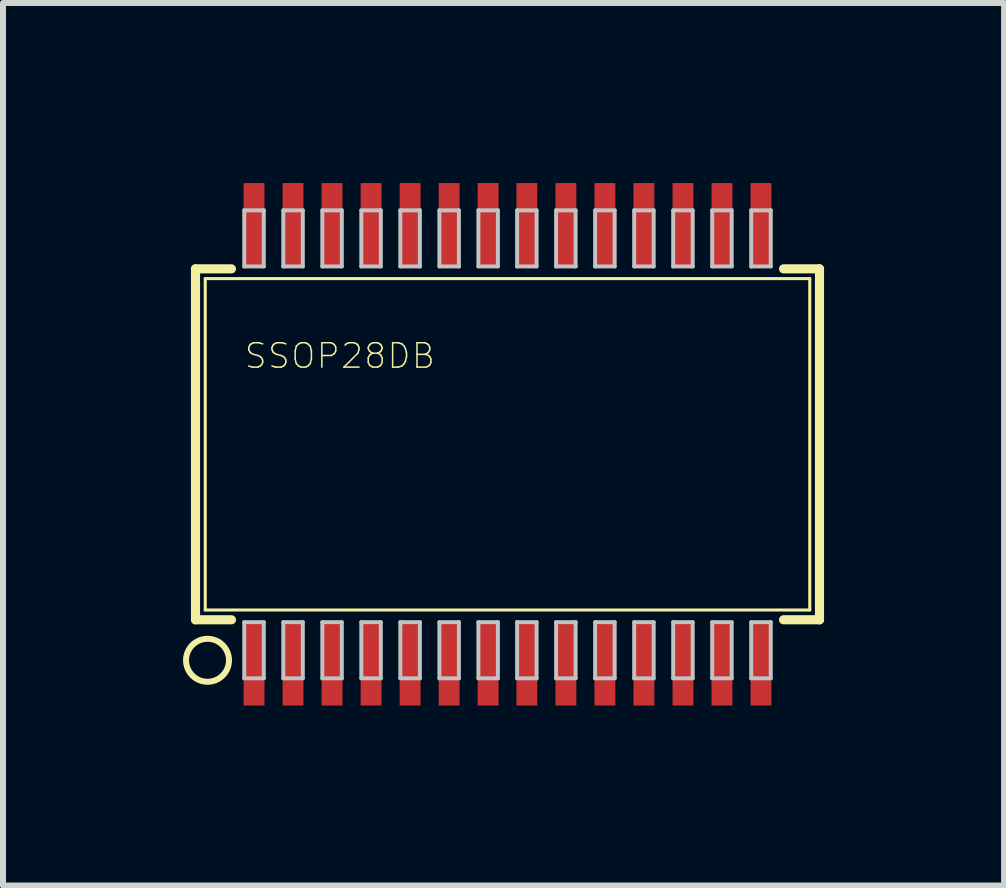
<source format=kicad_pcb>
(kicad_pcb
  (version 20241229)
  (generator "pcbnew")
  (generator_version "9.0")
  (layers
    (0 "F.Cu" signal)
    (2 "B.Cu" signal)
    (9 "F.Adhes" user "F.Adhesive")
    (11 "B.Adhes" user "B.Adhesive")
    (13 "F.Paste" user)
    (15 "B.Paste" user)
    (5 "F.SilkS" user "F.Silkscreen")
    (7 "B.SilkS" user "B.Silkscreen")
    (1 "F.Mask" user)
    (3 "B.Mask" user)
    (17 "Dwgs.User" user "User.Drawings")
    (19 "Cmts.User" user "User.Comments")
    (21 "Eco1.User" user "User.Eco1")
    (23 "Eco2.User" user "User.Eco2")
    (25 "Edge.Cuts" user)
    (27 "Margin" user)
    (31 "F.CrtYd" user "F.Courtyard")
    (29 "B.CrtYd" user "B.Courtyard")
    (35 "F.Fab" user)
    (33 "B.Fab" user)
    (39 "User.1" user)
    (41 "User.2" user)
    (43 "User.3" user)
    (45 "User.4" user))
  (footprint "SSOP28DB"
    (layer "F.Cu")
    (at 5.407 4.354)
    (property "Reference" "SSOP28DB" (at -2.794 -1.473 0) (layer "F.SilkS") (effects (font (size 0.406 0.406) (thickness 0.025))))
    (attr smd)
    (fp_line (start -5.199 -2.924) (end -4.6 -2.924) (stroke (width 0.152) (type solid)) (layer "F.SilkS"))
    (fp_line (start -5.199 2.924) (end -5.199 -2.924) (stroke (width 0.152) (type solid)) (layer "F.SilkS"))
    (fp_line (start -5.199 2.924) (end -4.6 2.924) (stroke (width 0.152) (type solid)) (layer "F.SilkS"))
    (fp_line (start -5.037 -2.761) (end 5.037 -2.761) (stroke (width 0.051) (type solid)) (layer "F.SilkS"))
    (fp_line (start -5.037 2.761) (end -5.037 -2.761) (stroke (width 0.051) (type solid)) (layer "F.SilkS"))
    (fp_line (start 5.037 -2.761) (end 5.037 2.761) (stroke (width 0.051) (type solid)) (layer "F.SilkS"))
    (fp_line (start 5.037 2.761) (end -5.037 2.761) (stroke (width 0.051) (type solid)) (layer "F.SilkS"))
    (fp_line (start 5.199 -2.924) (end 4.6 -2.924) (stroke (width 0.152) (type solid)) (layer "F.SilkS"))
    (fp_line (start 5.199 -2.924) (end 5.199 2.924) (stroke (width 0.152) (type solid)) (layer "F.SilkS"))
    (fp_line (start 5.199 2.924) (end 4.6 2.924) (stroke (width 0.152) (type solid)) (layer "F.SilkS"))
    (fp_circle (center -4.999 3.599) (end -4.999 3.241) (stroke (width 0.1) (type solid)) (fill no) (layer "F.SilkS"))
    (fp_line (start -4.387 -3.899) (end -4.061 -3.899) (stroke (width 0.066) (type solid)) (layer "Dwgs.User"))
    (fp_line (start -4.387 -2.964) (end -4.387 -3.899) (stroke (width 0.066) (type solid)) (layer "Dwgs.User"))
    (fp_line (start -4.387 -2.964) (end -4.061 -2.964) (stroke (width 0.066) (type solid)) (layer "Dwgs.User"))
    (fp_line (start -4.387 2.964) (end -4.061 2.964) (stroke (width 0.066) (type solid)) (layer "Dwgs.User"))
    (fp_line (start -4.387 3.899) (end -4.387 2.964) (stroke (width 0.066) (type solid)) (layer "Dwgs.User"))
    (fp_line (start -4.387 3.899) (end -4.061 3.899) (stroke (width 0.066) (type solid)) (layer "Dwgs.User"))
    (fp_line (start -4.061 -2.964) (end -4.061 -3.899) (stroke (width 0.066) (type solid)) (layer "Dwgs.User"))
    (fp_line (start -4.061 3.899) (end -4.061 2.964) (stroke (width 0.066) (type solid)) (layer "Dwgs.User"))
    (fp_line (start -3.736 -3.899) (end -3.411 -3.899) (stroke (width 0.066) (type solid)) (layer "Dwgs.User"))
    (fp_line (start -3.736 -2.964) (end -3.736 -3.899) (stroke (width 0.066) (type solid)) (layer "Dwgs.User"))
    (fp_line (start -3.736 -2.964) (end -3.411 -2.964) (stroke (width 0.066) (type solid)) (layer "Dwgs.User"))
    (fp_line (start -3.736 2.964) (end -3.411 2.964) (stroke (width 0.066) (type solid)) (layer "Dwgs.User"))
    (fp_line (start -3.736 3.899) (end -3.736 2.964) (stroke (width 0.066) (type solid)) (layer "Dwgs.User"))
    (fp_line (start -3.736 3.899) (end -3.411 3.899) (stroke (width 0.066) (type solid)) (layer "Dwgs.User"))
    (fp_line (start -3.411 -2.964) (end -3.411 -3.899) (stroke (width 0.066) (type solid)) (layer "Dwgs.User"))
    (fp_line (start -3.411 3.899) (end -3.411 2.964) (stroke (width 0.066) (type solid)) (layer "Dwgs.User"))
    (fp_line (start -3.086 -3.899) (end -2.761 -3.899) (stroke (width 0.066) (type solid)) (layer "Dwgs.User"))
    (fp_line (start -3.086 -2.964) (end -3.086 -3.899) (stroke (width 0.066) (type solid)) (layer "Dwgs.User"))
    (fp_line (start -3.086 -2.964) (end -2.761 -2.964) (stroke (width 0.066) (type solid)) (layer "Dwgs.User"))
    (fp_line (start -3.086 2.964) (end -2.761 2.964) (stroke (width 0.066) (type solid)) (layer "Dwgs.User"))
    (fp_line (start -3.086 3.899) (end -3.086 2.964) (stroke (width 0.066) (type solid)) (layer "Dwgs.User"))
    (fp_line (start -3.086 3.899) (end -2.761 3.899) (stroke (width 0.066) (type solid)) (layer "Dwgs.User"))
    (fp_line (start -2.761 -2.964) (end -2.761 -3.899) (stroke (width 0.066) (type solid)) (layer "Dwgs.User"))
    (fp_line (start -2.761 3.899) (end -2.761 2.964) (stroke (width 0.066) (type solid)) (layer "Dwgs.User"))
    (fp_line (start -2.436 -3.899) (end -2.111 -3.899) (stroke (width 0.066) (type solid)) (layer "Dwgs.User"))
    (fp_line (start -2.436 -2.964) (end -2.436 -3.899) (stroke (width 0.066) (type solid)) (layer "Dwgs.User"))
    (fp_line (start -2.436 -2.964) (end -2.111 -2.964) (stroke (width 0.066) (type solid)) (layer "Dwgs.User"))
    (fp_line (start -2.436 2.964) (end -2.111 2.964) (stroke (width 0.066) (type solid)) (layer "Dwgs.User"))
    (fp_line (start -2.436 3.899) (end -2.436 2.964) (stroke (width 0.066) (type solid)) (layer "Dwgs.User"))
    (fp_line (start -2.436 3.899) (end -2.111 3.899) (stroke (width 0.066) (type solid)) (layer "Dwgs.User"))
    (fp_line (start -2.111 -2.964) (end -2.111 -3.899) (stroke (width 0.066) (type solid)) (layer "Dwgs.User"))
    (fp_line (start -2.111 3.899) (end -2.111 2.964) (stroke (width 0.066) (type solid)) (layer "Dwgs.User"))
    (fp_line (start -1.786 -3.899) (end -1.46 -3.899) (stroke (width 0.066) (type solid)) (layer "Dwgs.User"))
    (fp_line (start -1.786 -2.964) (end -1.786 -3.899) (stroke (width 0.066) (type solid)) (layer "Dwgs.User"))
    (fp_line (start -1.786 -2.964) (end -1.46 -2.964) (stroke (width 0.066) (type solid)) (layer "Dwgs.User"))
    (fp_line (start -1.786 2.964) (end -1.46 2.964) (stroke (width 0.066) (type solid)) (layer "Dwgs.User"))
    (fp_line (start -1.786 3.899) (end -1.786 2.964) (stroke (width 0.066) (type solid)) (layer "Dwgs.User"))
    (fp_line (start -1.786 3.899) (end -1.46 3.899) (stroke (width 0.066) (type solid)) (layer "Dwgs.User"))
    (fp_line (start -1.46 -2.964) (end -1.46 -3.899) (stroke (width 0.066) (type solid)) (layer "Dwgs.User"))
    (fp_line (start -1.46 3.899) (end -1.46 2.964) (stroke (width 0.066) (type solid)) (layer "Dwgs.User"))
    (fp_line (start -1.135 -3.899) (end -0.81 -3.899) (stroke (width 0.066) (type solid)) (layer "Dwgs.User"))
    (fp_line (start -1.135 -2.964) (end -1.135 -3.899) (stroke (width 0.066) (type solid)) (layer "Dwgs.User"))
    (fp_line (start -1.135 -2.964) (end -0.81 -2.964) (stroke (width 0.066) (type solid)) (layer "Dwgs.User"))
    (fp_line (start -1.135 2.964) (end -0.81 2.964) (stroke (width 0.066) (type solid)) (layer "Dwgs.User"))
    (fp_line (start -1.135 3.899) (end -1.135 2.964) (stroke (width 0.066) (type solid)) (layer "Dwgs.User"))
    (fp_line (start -1.135 3.899) (end -0.81 3.899) (stroke (width 0.066) (type solid)) (layer "Dwgs.User"))
    (fp_line (start -0.81 -2.964) (end -0.81 -3.899) (stroke (width 0.066) (type solid)) (layer "Dwgs.User"))
    (fp_line (start -0.81 3.899) (end -0.81 2.964) (stroke (width 0.066) (type solid)) (layer "Dwgs.User"))
    (fp_line (start -0.485 -3.899) (end -0.16 -3.899) (stroke (width 0.066) (type solid)) (layer "Dwgs.User"))
    (fp_line (start -0.485 -2.964) (end -0.485 -3.899) (stroke (width 0.066) (type solid)) (layer "Dwgs.User"))
    (fp_line (start -0.485 -2.964) (end -0.16 -2.964) (stroke (width 0.066) (type solid)) (layer "Dwgs.User"))
    (fp_line (start -0.485 2.964) (end -0.16 2.964) (stroke (width 0.066) (type solid)) (layer "Dwgs.User"))
    (fp_line (start -0.485 3.899) (end -0.485 2.964) (stroke (width 0.066) (type solid)) (layer "Dwgs.User"))
    (fp_line (start -0.485 3.899) (end -0.16 3.899) (stroke (width 0.066) (type solid)) (layer "Dwgs.User"))
    (fp_line (start -0.16 -2.964) (end -0.16 -3.899) (stroke (width 0.066) (type solid)) (layer "Dwgs.User"))
    (fp_line (start -0.16 3.899) (end -0.16 2.964) (stroke (width 0.066) (type solid)) (layer "Dwgs.User"))
    (fp_line (start 0.16 -3.899) (end 0.485 -3.899) (stroke (width 0.066) (type solid)) (layer "Dwgs.User"))
    (fp_line (start 0.16 -2.964) (end 0.16 -3.899) (stroke (width 0.066) (type solid)) (layer "Dwgs.User"))
    (fp_line (start 0.16 -2.964) (end 0.485 -2.964) (stroke (width 0.066) (type solid)) (layer "Dwgs.User"))
    (fp_line (start 0.16 2.964) (end 0.485 2.964) (stroke (width 0.066) (type solid)) (layer "Dwgs.User"))
    (fp_line (start 0.16 3.899) (end 0.16 2.964) (stroke (width 0.066) (type solid)) (layer "Dwgs.User"))
    (fp_line (start 0.16 3.899) (end 0.485 3.899) (stroke (width 0.066) (type solid)) (layer "Dwgs.User"))
    (fp_line (start 0.485 -2.964) (end 0.485 -3.899) (stroke (width 0.066) (type solid)) (layer "Dwgs.User"))
    (fp_line (start 0.485 3.899) (end 0.485 2.964) (stroke (width 0.066) (type solid)) (layer "Dwgs.User"))
    (fp_line (start 0.81 -3.899) (end 1.135 -3.899) (stroke (width 0.066) (type solid)) (layer "Dwgs.User"))
    (fp_line (start 0.81 -2.964) (end 0.81 -3.899) (stroke (width 0.066) (type solid)) (layer "Dwgs.User"))
    (fp_line (start 0.81 -2.964) (end 1.135 -2.964) (stroke (width 0.066) (type solid)) (layer "Dwgs.User"))
    (fp_line (start 0.81 2.964) (end 1.135 2.964) (stroke (width 0.066) (type solid)) (layer "Dwgs.User"))
    (fp_line (start 0.81 3.899) (end 0.81 2.964) (stroke (width 0.066) (type solid)) (layer "Dwgs.User"))
    (fp_line (start 0.81 3.899) (end 1.135 3.899) (stroke (width 0.066) (type solid)) (layer "Dwgs.User"))
    (fp_line (start 1.135 -2.964) (end 1.135 -3.899) (stroke (width 0.066) (type solid)) (layer "Dwgs.User"))
    (fp_line (start 1.135 3.899) (end 1.135 2.964) (stroke (width 0.066) (type solid)) (layer "Dwgs.User"))
    (fp_line (start 1.46 -3.899) (end 1.786 -3.899) (stroke (width 0.066) (type solid)) (layer "Dwgs.User"))
    (fp_line (start 1.46 -2.964) (end 1.46 -3.899) (stroke (width 0.066) (type solid)) (layer "Dwgs.User"))
    (fp_line (start 1.46 -2.964) (end 1.786 -2.964) (stroke (width 0.066) (type solid)) (layer "Dwgs.User"))
    (fp_line (start 1.46 2.964) (end 1.786 2.964) (stroke (width 0.066) (type solid)) (layer "Dwgs.User"))
    (fp_line (start 1.46 3.899) (end 1.46 2.964) (stroke (width 0.066) (type solid)) (layer "Dwgs.User"))
    (fp_line (start 1.46 3.899) (end 1.786 3.899) (stroke (width 0.066) (type solid)) (layer "Dwgs.User"))
    (fp_line (start 1.786 -2.964) (end 1.786 -3.899) (stroke (width 0.066) (type solid)) (layer "Dwgs.User"))
    (fp_line (start 1.786 3.899) (end 1.786 2.964) (stroke (width 0.066) (type solid)) (layer "Dwgs.User"))
    (fp_line (start 2.111 -3.899) (end 2.436 -3.899) (stroke (width 0.066) (type solid)) (layer "Dwgs.User"))
    (fp_line (start 2.111 -2.964) (end 2.111 -3.899) (stroke (width 0.066) (type solid)) (layer "Dwgs.User"))
    (fp_line (start 2.111 -2.964) (end 2.436 -2.964) (stroke (width 0.066) (type solid)) (layer "Dwgs.User"))
    (fp_line (start 2.111 2.964) (end 2.436 2.964) (stroke (width 0.066) (type solid)) (layer "Dwgs.User"))
    (fp_line (start 2.111 3.899) (end 2.111 2.964) (stroke (width 0.066) (type solid)) (layer "Dwgs.User"))
    (fp_line (start 2.111 3.899) (end 2.436 3.899) (stroke (width 0.066) (type solid)) (layer "Dwgs.User"))
    (fp_line (start 2.436 -2.964) (end 2.436 -3.899) (stroke (width 0.066) (type solid)) (layer "Dwgs.User"))
    (fp_line (start 2.436 3.899) (end 2.436 2.964) (stroke (width 0.066) (type solid)) (layer "Dwgs.User"))
    (fp_line (start 2.761 -3.899) (end 3.086 -3.899) (stroke (width 0.066) (type solid)) (layer "Dwgs.User"))
    (fp_line (start 2.761 -2.964) (end 2.761 -3.899) (stroke (width 0.066) (type solid)) (layer "Dwgs.User"))
    (fp_line (start 2.761 -2.964) (end 3.086 -2.964) (stroke (width 0.066) (type solid)) (layer "Dwgs.User"))
    (fp_line (start 2.761 2.964) (end 3.086 2.964) (stroke (width 0.066) (type solid)) (layer "Dwgs.User"))
    (fp_line (start 2.761 3.899) (end 2.761 2.964) (stroke (width 0.066) (type solid)) (layer "Dwgs.User"))
    (fp_line (start 2.761 3.899) (end 3.086 3.899) (stroke (width 0.066) (type solid)) (layer "Dwgs.User"))
    (fp_line (start 3.086 -2.964) (end 3.086 -3.899) (stroke (width 0.066) (type solid)) (layer "Dwgs.User"))
    (fp_line (start 3.086 3.899) (end 3.086 2.964) (stroke (width 0.066) (type solid)) (layer "Dwgs.User"))
    (fp_line (start 3.411 -3.899) (end 3.736 -3.899) (stroke (width 0.066) (type solid)) (layer "Dwgs.User"))
    (fp_line (start 3.411 -2.964) (end 3.411 -3.899) (stroke (width 0.066) (type solid)) (layer "Dwgs.User"))
    (fp_line (start 3.411 -2.964) (end 3.736 -2.964) (stroke (width 0.066) (type solid)) (layer "Dwgs.User"))
    (fp_line (start 3.411 2.964) (end 3.736 2.964) (stroke (width 0.066) (type solid)) (layer "Dwgs.User"))
    (fp_line (start 3.411 3.899) (end 3.411 2.964) (stroke (width 0.066) (type solid)) (layer "Dwgs.User"))
    (fp_line (start 3.411 3.899) (end 3.736 3.899) (stroke (width 0.066) (type solid)) (layer "Dwgs.User"))
    (fp_line (start 3.736 -2.964) (end 3.736 -3.899) (stroke (width 0.066) (type solid)) (layer "Dwgs.User"))
    (fp_line (start 3.736 3.899) (end 3.736 2.964) (stroke (width 0.066) (type solid)) (layer "Dwgs.User"))
    (fp_line (start 4.061 -3.899) (end 4.387 -3.899) (stroke (width 0.066) (type solid)) (layer "Dwgs.User"))
    (fp_line (start 4.061 -2.964) (end 4.061 -3.899) (stroke (width 0.066) (type solid)) (layer "Dwgs.User"))
    (fp_line (start 4.061 -2.964) (end 4.387 -2.964) (stroke (width 0.066) (type solid)) (layer "Dwgs.User"))
    (fp_line (start 4.061 2.964) (end 4.387 2.964) (stroke (width 0.066) (type solid)) (layer "Dwgs.User"))
    (fp_line (start 4.061 3.899) (end 4.061 2.964) (stroke (width 0.066) (type solid)) (layer "Dwgs.User"))
    (fp_line (start 4.061 3.899) (end 4.387 3.899) (stroke (width 0.066) (type solid)) (layer "Dwgs.User"))
    (fp_line (start 4.387 -2.964) (end 4.387 -3.899) (stroke (width 0.066) (type solid)) (layer "Dwgs.User"))
    (fp_line (start 4.387 3.899) (end 4.387 2.964) (stroke (width 0.066) (type solid)) (layer "Dwgs.User"))
    (pad "1" smd rect (at -4.224 3.655) (size 0.348 1.397) (layers "F.Cu" "F.Mask" "F.Paste"))
    (pad "2" smd rect (at -3.574 3.655) (size 0.348 1.397) (layers "F.Cu" "F.Mask" "F.Paste"))
    (pad "3" smd rect (at -2.924 3.655) (size 0.348 1.397) (layers "F.Cu" "F.Mask" "F.Paste"))
    (pad "4" smd rect (at -2.273 3.655) (size 0.348 1.397) (layers "F.Cu" "F.Mask" "F.Paste"))
    (pad "5" smd rect (at -1.623 3.655) (size 0.348 1.397) (layers "F.Cu" "F.Mask" "F.Paste"))
    (pad "6" smd rect (at -0.973 3.655) (size 0.348 1.397) (layers "F.Cu" "F.Mask" "F.Paste"))
    (pad "7" smd rect (at -0.323 3.655) (size 0.348 1.397) (layers "F.Cu" "F.Mask" "F.Paste"))
    (pad "8" smd rect (at 0.323 3.655) (size 0.348 1.397) (layers "F.Cu" "F.Mask" "F.Paste"))
    (pad "9" smd rect (at 0.973 3.655) (size 0.348 1.397) (layers "F.Cu" "F.Mask" "F.Paste"))
    (pad "10" smd rect (at 1.623 3.655) (size 0.348 1.397) (layers "F.Cu" "F.Mask" "F.Paste"))
    (pad "11" smd rect (at 2.273 3.655) (size 0.348 1.397) (layers "F.Cu" "F.Mask" "F.Paste"))
    (pad "12" smd rect (at 2.924 3.655) (size 0.348 1.397) (layers "F.Cu" "F.Mask" "F.Paste"))
    (pad "13" smd rect (at 3.574 3.655) (size 0.348 1.397) (layers "F.Cu" "F.Mask" "F.Paste"))
    (pad "14" smd rect (at 4.224 3.655) (size 0.348 1.397) (layers "F.Cu" "F.Mask" "F.Paste"))
    (pad "15" smd rect (at 4.224 -3.655) (size 0.348 1.397) (layers "F.Cu" "F.Mask" "F.Paste"))
    (pad "16" smd rect (at 3.574 -3.655) (size 0.348 1.397) (layers "F.Cu" "F.Mask" "F.Paste"))
    (pad "17" smd rect (at 2.924 -3.655) (size 0.348 1.397) (layers "F.Cu" "F.Mask" "F.Paste"))
    (pad "18" smd rect (at 2.273 -3.655) (size 0.348 1.397) (layers "F.Cu" "F.Mask" "F.Paste"))
    (pad "19" smd rect (at 1.623 -3.655) (size 0.348 1.397) (layers "F.Cu" "F.Mask" "F.Paste"))
    (pad "20" smd rect (at 0.973 -3.655) (size 0.348 1.397) (layers "F.Cu" "F.Mask" "F.Paste"))
    (pad "21" smd rect (at 0.323 -3.655) (size 0.348 1.397) (layers "F.Cu" "F.Mask" "F.Paste"))
    (pad "22" smd rect (at -0.323 -3.655) (size 0.348 1.397) (layers "F.Cu" "F.Mask" "F.Paste"))
    (pad "23" smd rect (at -0.973 -3.655) (size 0.348 1.397) (layers "F.Cu" "F.Mask" "F.Paste"))
    (pad "24" smd rect (at -1.623 -3.655) (size 0.348 1.397) (layers "F.Cu" "F.Mask" "F.Paste"))
    (pad "25" smd rect (at -2.273 -3.655) (size 0.348 1.397) (layers "F.Cu" "F.Mask" "F.Paste"))
    (pad "26" smd rect (at -2.924 -3.655) (size 0.348 1.397) (layers "F.Cu" "F.Mask" "F.Paste"))
    (pad "27" smd rect (at -3.574 -3.655) (size 0.348 1.397) (layers "F.Cu" "F.Mask" "F.Paste"))
    (pad "28" smd rect (at -4.224 -3.655) (size 0.348 1.397) (layers "F.Cu" "F.Mask" "F.Paste")))
  (gr_rect
    (start -3 -3)
    (end 13.682 11.707)
    (stroke (width 0.1) (type default))
    (fill no)
    (layer "Edge.Cuts")))
</source>
